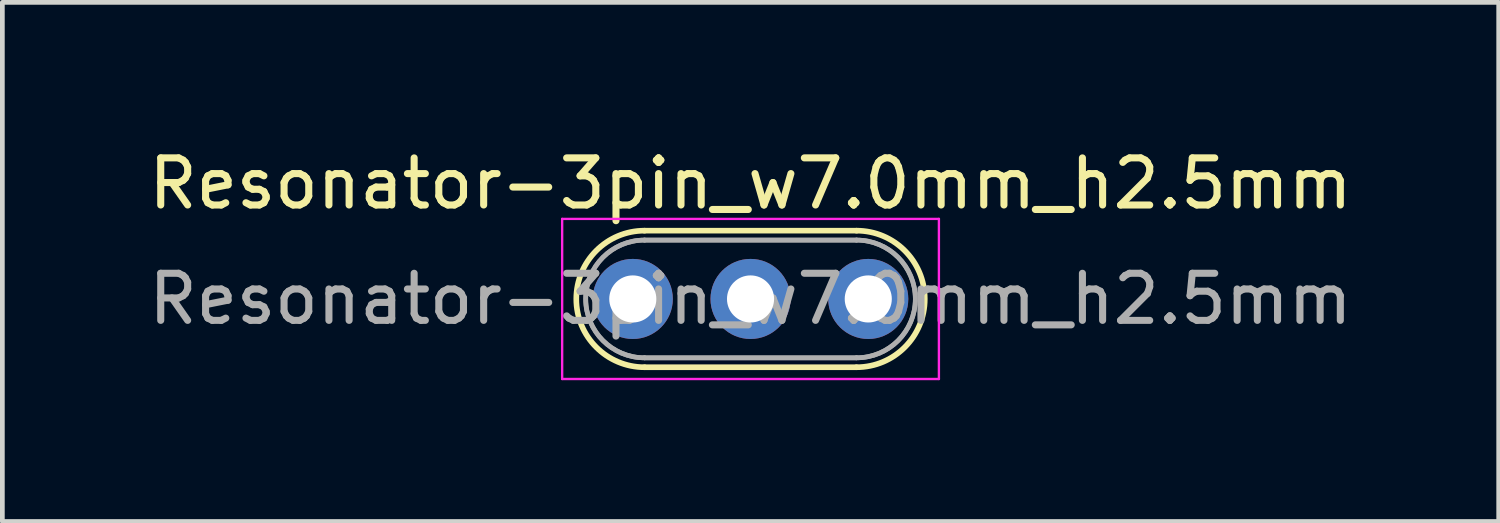
<source format=kicad_pcb>
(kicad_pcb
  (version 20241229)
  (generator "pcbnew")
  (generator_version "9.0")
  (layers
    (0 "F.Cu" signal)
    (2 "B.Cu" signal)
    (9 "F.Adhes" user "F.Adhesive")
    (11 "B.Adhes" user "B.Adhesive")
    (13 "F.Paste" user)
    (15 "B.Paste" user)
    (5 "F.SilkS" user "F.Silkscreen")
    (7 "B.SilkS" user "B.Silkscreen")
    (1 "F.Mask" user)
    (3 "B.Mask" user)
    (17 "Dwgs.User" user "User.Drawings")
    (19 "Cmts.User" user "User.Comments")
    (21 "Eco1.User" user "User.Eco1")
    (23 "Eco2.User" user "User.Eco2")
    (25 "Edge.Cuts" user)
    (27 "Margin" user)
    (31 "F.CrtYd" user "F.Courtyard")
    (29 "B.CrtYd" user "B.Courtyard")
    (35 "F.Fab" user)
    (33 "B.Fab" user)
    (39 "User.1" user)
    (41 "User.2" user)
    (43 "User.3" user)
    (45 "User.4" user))
  (footprint "Resonator-3pin_w7.0mm_h2.5mm"
    (layer "F.Cu")
    (at 10.387 3.298)
    (property "Reference" "Resonator-3pin_w7.0mm_h2.5mm" (at 2.5 -2.45 0) (layer "F.SilkS") (effects (font (size 1 1) (thickness 0.15))))
    (attr through_hole)
    (fp_line (start 0.25 -1.45) (end 4.75 -1.45) (stroke (width 0.12) (type solid)) (layer "F.SilkS"))
    (fp_line (start 0.25 1.45) (end 4.75 1.45) (stroke (width 0.12) (type solid)) (layer "F.SilkS"))
    (fp_arc (start 0.25 1.45) (mid -1.2 0) (end 0.25 -1.45) (stroke (width 0.12) (type solid)) (layer "F.SilkS"))
    (fp_arc (start 4.75 -1.45) (mid 6.2 0) (end 4.75 1.45) (stroke (width 0.12) (type solid)) (layer "F.SilkS"))
    (fp_line (start -1.5 -1.7) (end -1.5 1.7) (stroke (width 0.05) (type solid)) (layer "F.CrtYd"))
    (fp_line (start -1.5 1.7) (end 6.5 1.7) (stroke (width 0.05) (type solid)) (layer "F.CrtYd"))
    (fp_line (start 6.5 -1.7) (end -1.5 -1.7) (stroke (width 0.05) (type solid)) (layer "F.CrtYd"))
    (fp_line (start 6.5 1.7) (end 6.5 -1.7) (stroke (width 0.05) (type solid)) (layer "F.CrtYd"))
    (fp_line (start 0.25 -1.25) (end 4.75 -1.25) (stroke (width 0.1) (type solid)) (layer "F.Fab"))
    (fp_line (start 0.25 -1.25) (end 4.75 -1.25) (stroke (width 0.1) (type solid)) (layer "F.Fab"))
    (fp_line (start 0.25 1.25) (end 4.75 1.25) (stroke (width 0.1) (type solid)) (layer "F.Fab"))
    (fp_line (start 0.25 1.25) (end 4.75 1.25) (stroke (width 0.1) (type solid)) (layer "F.Fab"))
    (fp_arc (start 0.25 1.25) (mid -1 0) (end 0.25 -1.25) (stroke (width 0.1) (type solid)) (layer "F.Fab"))
    (fp_arc (start 0.25 1.25) (mid -1 0) (end 0.25 -1.25) (stroke (width 0.1) (type solid)) (layer "F.Fab"))
    (fp_arc (start 4.75 -1.25) (mid 6 0) (end 4.75 1.25) (stroke (width 0.1) (type solid)) (layer "F.Fab"))
    (fp_arc (start 4.75 -1.25) (mid 6 0) (end 4.75 1.25) (stroke (width 0.1) (type solid)) (layer "F.Fab"))
    (fp_text user "${REFERENCE}" (at 2.5 0 0) (layer "F.Fab") (effects (font (size 1 1) (thickness 0.15))))
    (pad "1" thru_hole circle (at 0 0) (size 1.7 1.7) (drill 1) (layers "*.Cu" "*.Mask"))
    (pad "2" thru_hole circle (at 2.5 0) (size 1.7 1.7) (drill 1) (layers "*.Cu" "*.Mask"))
    (pad "3" thru_hole circle (at 5 0) (size 1.7 1.7) (drill 1) (layers "*.Cu" "*.Mask")))
  (gr_rect
    (start -3 -3)
    (end 28.774 8.023)
    (stroke (width 0.1) (type default))
    (fill no)
    (layer "Edge.Cuts")))
</source>
